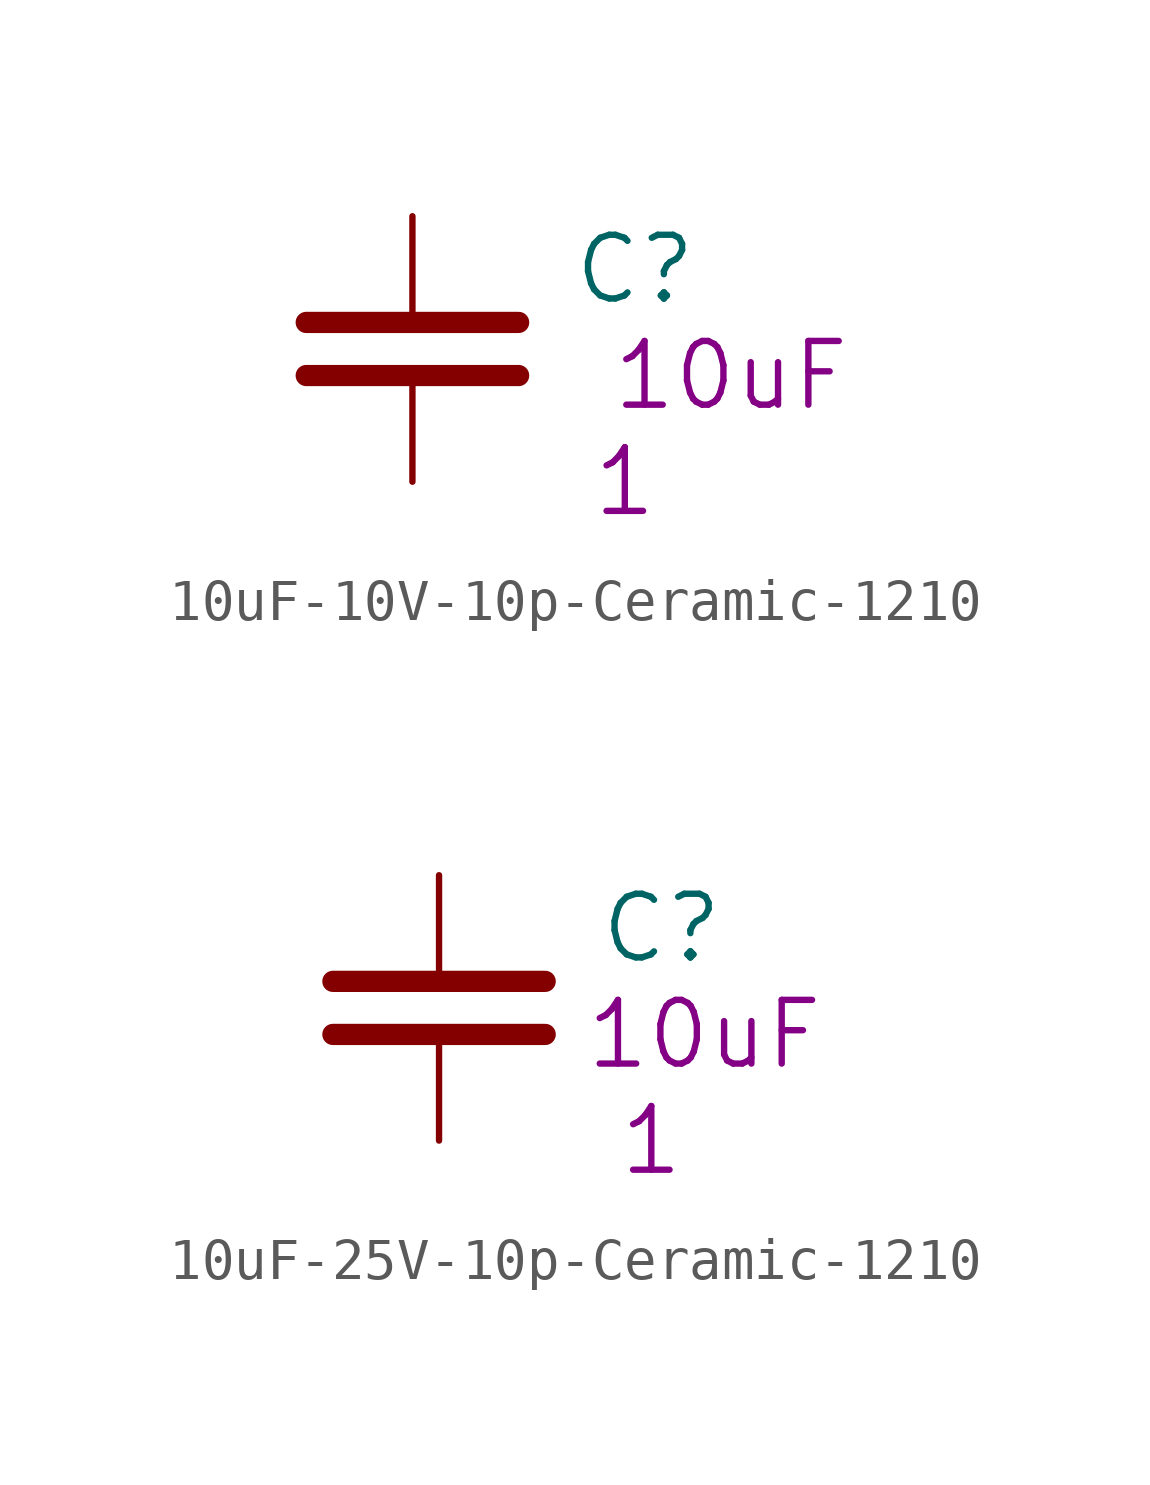
<source format=kicad_sym>
(kicad_symbol_lib
  (version 20201005)
  (generator kicad_symbol_editor)
  (symbol "S_Ceramic_1210:10uF-10V-10p-Ceramic-1210"
    (pin_numbers hide)
    (pin_names
      (offset 0.254))
    (property "Reference" "C"
      (at 3.81 -1.27 0)
      (effects (font (size 1.524 1.524)) (justify left)))
    (property "Datasheet" ""
      (at 0 0 0)
      (effects (font (size 1.524 1.524))))
    (property "Qty" "1"
      (at 5.08 -6.35 0)
      (effects (font (size 1.524 1.524))))
    (property "Desc1" "10uF"
      (at 7.62 -3.81 0)
      (effects (font (size 1.524 1.524))))
    (symbol "10uF-10V-10p-Ceramic-1210_0_1"
      (polyline (pts (xy -2.54 -3.81) (xy 2.54 -3.81)) (stroke (width 0.508)) (fill (type none)))
      (polyline (pts (xy -2.54 -2.54) (xy 2.54 -2.54)) (stroke (width 0.508)) (fill (type none))))
    (symbol "10uF-10V-10p-Ceramic-1210_1_1"
      (pin passive line (at 0 0 270) (length 2.286) (name "~" (effects (font (size 1.016 1.016)))) (number "1" (effects (font (size 1.016 1.016)))))
      (pin passive line (at 0 -6.35 90) (length 2.286) (name "~" (effects (font (size 1.016 1.016)))) (number "2" (effects (font (size 1.016 1.016)))))))
  (symbol "S_Ceramic_1210:10uF-25V-10p-Ceramic-1210"
    (pin_numbers hide)
    (pin_names
      (offset 0.254))
    (property "Reference" "C"
      (at 3.81 -1.27 0)
      (effects (font (size 1.524 1.524)) (justify left)))
    (property "Datasheet" ""
      (at 0 0 0)
      (effects (font (size 1.524 1.524))))
    (property "Qty" "1"
      (at 5.08 -6.35 0)
      (effects (font (size 1.524 1.524))))
    (property "Desc1" "10uF"
      (at 6.35 -3.81 0)
      (effects (font (size 1.524 1.524))))
    (symbol "10uF-25V-10p-Ceramic-1210_0_1"
      (polyline (pts (xy -2.54 -3.81) (xy 2.54 -3.81)) (stroke (width 0.508)) (fill (type none)))
      (polyline (pts (xy -2.54 -2.54) (xy 2.54 -2.54)) (stroke (width 0.508)) (fill (type none))))
    (symbol "10uF-25V-10p-Ceramic-1210_1_1"
      (pin passive line (at 0 0 270) (length 2.286) (name "~" (effects (font (size 1.016 1.016)))) (number "1" (effects (font (size 1.016 1.016)))))
      (pin passive line (at 0 -6.35 90) (length 2.286) (name "~" (effects (font (size 1.016 1.016)))) (number "2" (effects (font (size 1.016 1.016))))))))
</source>
